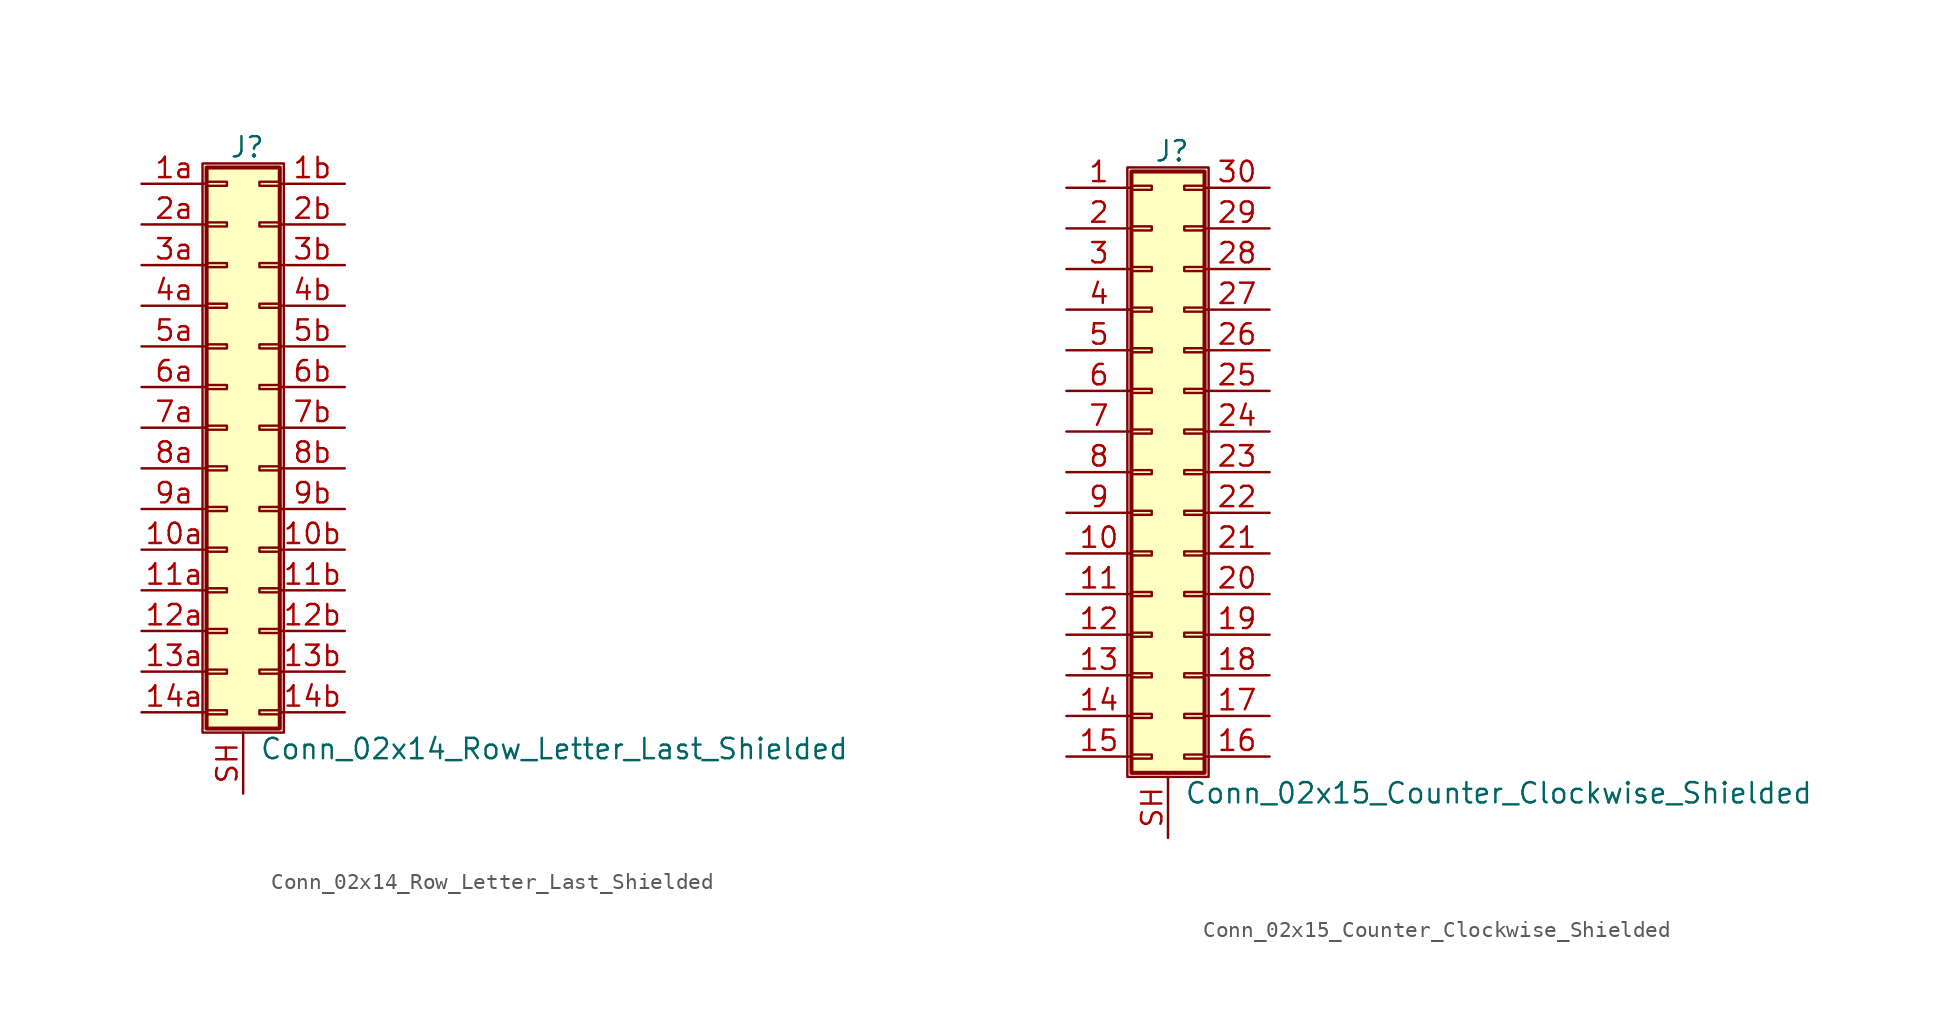
<source format=kicad_sym>
(kicad_symbol_lib
  (version 20211014)
  (generator kicad_symbol_editor)
  (symbol "Conn_02x14_Row_Letter_Last_Shielded"
    (pin_names
      (offset 1.016) hide)
    (property "Reference" "J"
      (at 1.524 17.526 0)
      (effects (font (size 1.27 1.27))))
    (property "Value" "Conn_02x14_Row_Letter_Last_Shielded"
      (at 2.286 -20.066 0)
      (effects (font (size 1.27 1.27)) (justify left)))
    (symbol "Conn_02x14_Row_Letter_Last_Shielded_1_1"
      (rectangle (start -1.27 16.51) (end 3.81 -19.05) (stroke (width 0.152) (type default) (color 0 0 0 0)) (fill (type none)))
      (rectangle (start -1.016 -17.653) (end 0.254 -17.907) (stroke (width 0.152) (type default) (color 0 0 0 0)) (fill (type none)))
      (rectangle (start -1.016 -15.113) (end 0.254 -15.367) (stroke (width 0.152) (type default) (color 0 0 0 0)) (fill (type none)))
      (rectangle (start -1.016 -12.573) (end 0.254 -12.827) (stroke (width 0.152) (type default) (color 0 0 0 0)) (fill (type none)))
      (rectangle (start -1.016 -10.033) (end 0.254 -10.287) (stroke (width 0.152) (type default) (color 0 0 0 0)) (fill (type none)))
      (rectangle (start -1.016 -7.493) (end 0.254 -7.747) (stroke (width 0.152) (type default) (color 0 0 0 0)) (fill (type none)))
      (rectangle (start -1.016 -4.953) (end 0.254 -5.207) (stroke (width 0.152) (type default) (color 0 0 0 0)) (fill (type none)))
      (rectangle (start -1.016 -2.413) (end 0.254 -2.667) (stroke (width 0.152) (type default) (color 0 0 0 0)) (fill (type none)))
      (rectangle (start -1.016 0.127) (end 0.254 -0.127) (stroke (width 0.152) (type default) (color 0 0 0 0)) (fill (type none)))
      (rectangle (start -1.016 2.667) (end 0.254 2.413) (stroke (width 0.152) (type default) (color 0 0 0 0)) (fill (type none)))
      (rectangle (start -1.016 5.207) (end 0.254 4.953) (stroke (width 0.152) (type default) (color 0 0 0 0)) (fill (type none)))
      (rectangle (start -1.016 7.747) (end 0.254 7.493) (stroke (width 0.152) (type default) (color 0 0 0 0)) (fill (type none)))
      (rectangle (start -1.016 10.287) (end 0.254 10.033) (stroke (width 0.152) (type default) (color 0 0 0 0)) (fill (type none)))
      (rectangle (start -1.016 12.827) (end 0.254 12.573) (stroke (width 0.152) (type default) (color 0 0 0 0)) (fill (type none)))
      (rectangle (start -1.016 15.367) (end 0.254 15.113) (stroke (width 0.152) (type default) (color 0 0 0 0)) (fill (type none)))
      (rectangle (start -1.016 16.256) (end 3.556 -18.796) (stroke (width 0.254) (type default) (color 0 0 0 0)) (fill (type background)))
      (rectangle (start 3.556 -17.653) (end 2.286 -17.907) (stroke (width 0.152) (type default) (color 0 0 0 0)) (fill (type none)))
      (rectangle (start 3.556 -15.113) (end 2.286 -15.367) (stroke (width 0.152) (type default) (color 0 0 0 0)) (fill (type none)))
      (rectangle (start 3.556 -12.573) (end 2.286 -12.827) (stroke (width 0.152) (type default) (color 0 0 0 0)) (fill (type none)))
      (rectangle (start 3.556 -10.033) (end 2.286 -10.287) (stroke (width 0.152) (type default) (color 0 0 0 0)) (fill (type none)))
      (rectangle (start 3.556 -7.493) (end 2.286 -7.747) (stroke (width 0.152) (type default) (color 0 0 0 0)) (fill (type none)))
      (rectangle (start 3.556 -4.953) (end 2.286 -5.207) (stroke (width 0.152) (type default) (color 0 0 0 0)) (fill (type none)))
      (rectangle (start 3.556 -2.413) (end 2.286 -2.667) (stroke (width 0.152) (type default) (color 0 0 0 0)) (fill (type none)))
      (rectangle (start 3.556 0.127) (end 2.286 -0.127) (stroke (width 0.152) (type default) (color 0 0 0 0)) (fill (type none)))
      (rectangle (start 3.556 2.667) (end 2.286 2.413) (stroke (width 0.152) (type default) (color 0 0 0 0)) (fill (type none)))
      (rectangle (start 3.556 5.207) (end 2.286 4.953) (stroke (width 0.152) (type default) (color 0 0 0 0)) (fill (type none)))
      (rectangle (start 3.556 7.747) (end 2.286 7.493) (stroke (width 0.152) (type default) (color 0 0 0 0)) (fill (type none)))
      (rectangle (start 3.556 10.287) (end 2.286 10.033) (stroke (width 0.152) (type default) (color 0 0 0 0)) (fill (type none)))
      (rectangle (start 3.556 12.827) (end 2.286 12.573) (stroke (width 0.152) (type default) (color 0 0 0 0)) (fill (type none)))
      (rectangle (start 3.556 15.367) (end 2.286 15.113) (stroke (width 0.152) (type default) (color 0 0 0 0)) (fill (type none)))
      (pin passive line (at -5.08 -7.62 0) (length 4.064) (name "Pin_10a" (effects (font (size 1.27 1.27)))) (number "10a" (effects (font (size 1.27 1.27)))))
      (pin passive line (at 7.62 -7.62 180) (length 4.064) (name "Pin_10b" (effects (font (size 1.27 1.27)))) (number "10b" (effects (font (size 1.27 1.27)))))
      (pin passive line (at -5.08 -10.16 0) (length 4.064) (name "Pin_11a" (effects (font (size 1.27 1.27)))) (number "11a" (effects (font (size 1.27 1.27)))))
      (pin passive line (at 7.62 -10.16 180) (length 4.064) (name "Pin_11b" (effects (font (size 1.27 1.27)))) (number "11b" (effects (font (size 1.27 1.27)))))
      (pin passive line (at -5.08 -12.7 0) (length 4.064) (name "Pin_12a" (effects (font (size 1.27 1.27)))) (number "12a" (effects (font (size 1.27 1.27)))))
      (pin passive line (at 7.62 -12.7 180) (length 4.064) (name "Pin_12b" (effects (font (size 1.27 1.27)))) (number "12b" (effects (font (size 1.27 1.27)))))
      (pin passive line (at -5.08 -15.24 0) (length 4.064) (name "Pin_13a" (effects (font (size 1.27 1.27)))) (number "13a" (effects (font (size 1.27 1.27)))))
      (pin passive line (at 7.62 -15.24 180) (length 4.064) (name "Pin_13b" (effects (font (size 1.27 1.27)))) (number "13b" (effects (font (size 1.27 1.27)))))
      (pin passive line (at -5.08 -17.78 0) (length 4.064) (name "Pin_14a" (effects (font (size 1.27 1.27)))) (number "14a" (effects (font (size 1.27 1.27)))))
      (pin passive line (at 7.62 -17.78 180) (length 4.064) (name "Pin_14b" (effects (font (size 1.27 1.27)))) (number "14b" (effects (font (size 1.27 1.27)))))
      (pin passive line (at -5.08 15.24 0) (length 4.064) (name "Pin_1a" (effects (font (size 1.27 1.27)))) (number "1a" (effects (font (size 1.27 1.27)))))
      (pin passive line (at 7.62 15.24 180) (length 4.064) (name "Pin_1b" (effects (font (size 1.27 1.27)))) (number "1b" (effects (font (size 1.27 1.27)))))
      (pin passive line (at -5.08 12.7 0) (length 4.064) (name "Pin_2a" (effects (font (size 1.27 1.27)))) (number "2a" (effects (font (size 1.27 1.27)))))
      (pin passive line (at 7.62 12.7 180) (length 4.064) (name "Pin_2b" (effects (font (size 1.27 1.27)))) (number "2b" (effects (font (size 1.27 1.27)))))
      (pin passive line (at -5.08 10.16 0) (length 4.064) (name "Pin_3a" (effects (font (size 1.27 1.27)))) (number "3a" (effects (font (size 1.27 1.27)))))
      (pin passive line (at 7.62 10.16 180) (length 4.064) (name "Pin_3b" (effects (font (size 1.27 1.27)))) (number "3b" (effects (font (size 1.27 1.27)))))
      (pin passive line (at -5.08 7.62 0) (length 4.064) (name "Pin_4a" (effects (font (size 1.27 1.27)))) (number "4a" (effects (font (size 1.27 1.27)))))
      (pin passive line (at 7.62 7.62 180) (length 4.064) (name "Pin_4b" (effects (font (size 1.27 1.27)))) (number "4b" (effects (font (size 1.27 1.27)))))
      (pin passive line (at -5.08 5.08 0) (length 4.064) (name "Pin_5a" (effects (font (size 1.27 1.27)))) (number "5a" (effects (font (size 1.27 1.27)))))
      (pin passive line (at 7.62 5.08 180) (length 4.064) (name "Pin_5b" (effects (font (size 1.27 1.27)))) (number "5b" (effects (font (size 1.27 1.27)))))
      (pin passive line (at -5.08 2.54 0) (length 4.064) (name "Pin_6a" (effects (font (size 1.27 1.27)))) (number "6a" (effects (font (size 1.27 1.27)))))
      (pin passive line (at 7.62 2.54 180) (length 4.064) (name "Pin_6b" (effects (font (size 1.27 1.27)))) (number "6b" (effects (font (size 1.27 1.27)))))
      (pin passive line (at -5.08 0 0) (length 4.064) (name "Pin_7a" (effects (font (size 1.27 1.27)))) (number "7a" (effects (font (size 1.27 1.27)))))
      (pin passive line (at 7.62 0 180) (length 4.064) (name "Pin_7b" (effects (font (size 1.27 1.27)))) (number "7b" (effects (font (size 1.27 1.27)))))
      (pin passive line (at -5.08 -2.54 0) (length 4.064) (name "Pin_8a" (effects (font (size 1.27 1.27)))) (number "8a" (effects (font (size 1.27 1.27)))))
      (pin passive line (at 7.62 -2.54 180) (length 4.064) (name "Pin_8b" (effects (font (size 1.27 1.27)))) (number "8b" (effects (font (size 1.27 1.27)))))
      (pin passive line (at -5.08 -5.08 0) (length 4.064) (name "Pin_9a" (effects (font (size 1.27 1.27)))) (number "9a" (effects (font (size 1.27 1.27)))))
      (pin passive line (at 7.62 -5.08 180) (length 4.064) (name "Pin_9b" (effects (font (size 1.27 1.27)))) (number "9b" (effects (font (size 1.27 1.27)))))
      (pin passive line (at 1.27 -22.86 90) (length 3.81) (name "Shield" (effects (font (size 1.27 1.27)))) (number "SH" (effects (font (size 1.27 1.27)))))))
  (symbol "Conn_02x15_Counter_Clockwise_Shielded"
    (pin_names
      (offset 1.016) hide)
    (property "Reference" "J"
      (at 1.524 20.066 0)
      (effects (font (size 1.27 1.27))))
    (property "Value" "Conn_02x15_Counter_Clockwise_Shielded"
      (at 2.286 -20.066 0)
      (effects (font (size 1.27 1.27)) (justify left)))
    (symbol "Conn_02x15_Counter_Clockwise_Shielded_1_1"
      (rectangle (start -1.27 19.05) (end 3.81 -19.05) (stroke (width 0.152) (type default) (color 0 0 0 0)) (fill (type none)))
      (rectangle (start -1.016 -17.653) (end 0.254 -17.907) (stroke (width 0.152) (type default) (color 0 0 0 0)) (fill (type none)))
      (rectangle (start -1.016 -15.113) (end 0.254 -15.367) (stroke (width 0.152) (type default) (color 0 0 0 0)) (fill (type none)))
      (rectangle (start -1.016 -12.573) (end 0.254 -12.827) (stroke (width 0.152) (type default) (color 0 0 0 0)) (fill (type none)))
      (rectangle (start -1.016 -10.033) (end 0.254 -10.287) (stroke (width 0.152) (type default) (color 0 0 0 0)) (fill (type none)))
      (rectangle (start -1.016 -7.493) (end 0.254 -7.747) (stroke (width 0.152) (type default) (color 0 0 0 0)) (fill (type none)))
      (rectangle (start -1.016 -4.953) (end 0.254 -5.207) (stroke (width 0.152) (type default) (color 0 0 0 0)) (fill (type none)))
      (rectangle (start -1.016 -2.413) (end 0.254 -2.667) (stroke (width 0.152) (type default) (color 0 0 0 0)) (fill (type none)))
      (rectangle (start -1.016 0.127) (end 0.254 -0.127) (stroke (width 0.152) (type default) (color 0 0 0 0)) (fill (type none)))
      (rectangle (start -1.016 2.667) (end 0.254 2.413) (stroke (width 0.152) (type default) (color 0 0 0 0)) (fill (type none)))
      (rectangle (start -1.016 5.207) (end 0.254 4.953) (stroke (width 0.152) (type default) (color 0 0 0 0)) (fill (type none)))
      (rectangle (start -1.016 7.747) (end 0.254 7.493) (stroke (width 0.152) (type default) (color 0 0 0 0)) (fill (type none)))
      (rectangle (start -1.016 10.287) (end 0.254 10.033) (stroke (width 0.152) (type default) (color 0 0 0 0)) (fill (type none)))
      (rectangle (start -1.016 12.827) (end 0.254 12.573) (stroke (width 0.152) (type default) (color 0 0 0 0)) (fill (type none)))
      (rectangle (start -1.016 15.367) (end 0.254 15.113) (stroke (width 0.152) (type default) (color 0 0 0 0)) (fill (type none)))
      (rectangle (start -1.016 17.907) (end 0.254 17.653) (stroke (width 0.152) (type default) (color 0 0 0 0)) (fill (type none)))
      (rectangle (start -1.016 18.796) (end 3.556 -18.796) (stroke (width 0.254) (type default) (color 0 0 0 0)) (fill (type background)))
      (rectangle (start 3.556 -17.653) (end 2.286 -17.907) (stroke (width 0.152) (type default) (color 0 0 0 0)) (fill (type none)))
      (rectangle (start 3.556 -15.113) (end 2.286 -15.367) (stroke (width 0.152) (type default) (color 0 0 0 0)) (fill (type none)))
      (rectangle (start 3.556 -12.573) (end 2.286 -12.827) (stroke (width 0.152) (type default) (color 0 0 0 0)) (fill (type none)))
      (rectangle (start 3.556 -10.033) (end 2.286 -10.287) (stroke (width 0.152) (type default) (color 0 0 0 0)) (fill (type none)))
      (rectangle (start 3.556 -7.493) (end 2.286 -7.747) (stroke (width 0.152) (type default) (color 0 0 0 0)) (fill (type none)))
      (rectangle (start 3.556 -4.953) (end 2.286 -5.207) (stroke (width 0.152) (type default) (color 0 0 0 0)) (fill (type none)))
      (rectangle (start 3.556 -2.413) (end 2.286 -2.667) (stroke (width 0.152) (type default) (color 0 0 0 0)) (fill (type none)))
      (rectangle (start 3.556 0.127) (end 2.286 -0.127) (stroke (width 0.152) (type default) (color 0 0 0 0)) (fill (type none)))
      (rectangle (start 3.556 2.667) (end 2.286 2.413) (stroke (width 0.152) (type default) (color 0 0 0 0)) (fill (type none)))
      (rectangle (start 3.556 5.207) (end 2.286 4.953) (stroke (width 0.152) (type default) (color 0 0 0 0)) (fill (type none)))
      (rectangle (start 3.556 7.747) (end 2.286 7.493) (stroke (width 0.152) (type default) (color 0 0 0 0)) (fill (type none)))
      (rectangle (start 3.556 10.287) (end 2.286 10.033) (stroke (width 0.152) (type default) (color 0 0 0 0)) (fill (type none)))
      (rectangle (start 3.556 12.827) (end 2.286 12.573) (stroke (width 0.152) (type default) (color 0 0 0 0)) (fill (type none)))
      (rectangle (start 3.556 15.367) (end 2.286 15.113) (stroke (width 0.152) (type default) (color 0 0 0 0)) (fill (type none)))
      (rectangle (start 3.556 17.907) (end 2.286 17.653) (stroke (width 0.152) (type default) (color 0 0 0 0)) (fill (type none)))
      (pin passive line (at -5.08 17.78 0) (length 4.064) (name "Pin_1" (effects (font (size 1.27 1.27)))) (number "1" (effects (font (size 1.27 1.27)))))
      (pin passive line (at -5.08 -5.08 0) (length 4.064) (name "Pin_10" (effects (font (size 1.27 1.27)))) (number "10" (effects (font (size 1.27 1.27)))))
      (pin passive line (at -5.08 -7.62 0) (length 4.064) (name "Pin_11" (effects (font (size 1.27 1.27)))) (number "11" (effects (font (size 1.27 1.27)))))
      (pin passive line (at -5.08 -10.16 0) (length 4.064) (name "Pin_12" (effects (font (size 1.27 1.27)))) (number "12" (effects (font (size 1.27 1.27)))))
      (pin passive line (at -5.08 -12.7 0) (length 4.064) (name "Pin_13" (effects (font (size 1.27 1.27)))) (number "13" (effects (font (size 1.27 1.27)))))
      (pin passive line (at -5.08 -15.24 0) (length 4.064) (name "Pin_14" (effects (font (size 1.27 1.27)))) (number "14" (effects (font (size 1.27 1.27)))))
      (pin passive line (at -5.08 -17.78 0) (length 4.064) (name "Pin_15" (effects (font (size 1.27 1.27)))) (number "15" (effects (font (size 1.27 1.27)))))
      (pin passive line (at 7.62 -17.78 180) (length 4.064) (name "Pin_16" (effects (font (size 1.27 1.27)))) (number "16" (effects (font (size 1.27 1.27)))))
      (pin passive line (at 7.62 -15.24 180) (length 4.064) (name "Pin_17" (effects (font (size 1.27 1.27)))) (number "17" (effects (font (size 1.27 1.27)))))
      (pin passive line (at 7.62 -12.7 180) (length 4.064) (name "Pin_18" (effects (font (size 1.27 1.27)))) (number "18" (effects (font (size 1.27 1.27)))))
      (pin passive line (at 7.62 -10.16 180) (length 4.064) (name "Pin_19" (effects (font (size 1.27 1.27)))) (number "19" (effects (font (size 1.27 1.27)))))
      (pin passive line (at -5.08 15.24 0) (length 4.064) (name "Pin_2" (effects (font (size 1.27 1.27)))) (number "2" (effects (font (size 1.27 1.27)))))
      (pin passive line (at 7.62 -7.62 180) (length 4.064) (name "Pin_20" (effects (font (size 1.27 1.27)))) (number "20" (effects (font (size 1.27 1.27)))))
      (pin passive line (at 7.62 -5.08 180) (length 4.064) (name "Pin_21" (effects (font (size 1.27 1.27)))) (number "21" (effects (font (size 1.27 1.27)))))
      (pin passive line (at 7.62 -2.54 180) (length 4.064) (name "Pin_22" (effects (font (size 1.27 1.27)))) (number "22" (effects (font (size 1.27 1.27)))))
      (pin passive line (at 7.62 0 180) (length 4.064) (name "Pin_23" (effects (font (size 1.27 1.27)))) (number "23" (effects (font (size 1.27 1.27)))))
      (pin passive line (at 7.62 2.54 180) (length 4.064) (name "Pin_24" (effects (font (size 1.27 1.27)))) (number "24" (effects (font (size 1.27 1.27)))))
      (pin passive line (at 7.62 5.08 180) (length 4.064) (name "Pin_25" (effects (font (size 1.27 1.27)))) (number "25" (effects (font (size 1.27 1.27)))))
      (pin passive line (at 7.62 7.62 180) (length 4.064) (name "Pin_26" (effects (font (size 1.27 1.27)))) (number "26" (effects (font (size 1.27 1.27)))))
      (pin passive line (at 7.62 10.16 180) (length 4.064) (name "Pin_27" (effects (font (size 1.27 1.27)))) (number "27" (effects (font (size 1.27 1.27)))))
      (pin passive line (at 7.62 12.7 180) (length 4.064) (name "Pin_28" (effects (font (size 1.27 1.27)))) (number "28" (effects (font (size 1.27 1.27)))))
      (pin passive line (at 7.62 15.24 180) (length 4.064) (name "Pin_29" (effects (font (size 1.27 1.27)))) (number "29" (effects (font (size 1.27 1.27)))))
      (pin passive line (at -5.08 12.7 0) (length 4.064) (name "Pin_3" (effects (font (size 1.27 1.27)))) (number "3" (effects (font (size 1.27 1.27)))))
      (pin passive line (at 7.62 17.78 180) (length 4.064) (name "Pin_30" (effects (font (size 1.27 1.27)))) (number "30" (effects (font (size 1.27 1.27)))))
      (pin passive line (at -5.08 10.16 0) (length 4.064) (name "Pin_4" (effects (font (size 1.27 1.27)))) (number "4" (effects (font (size 1.27 1.27)))))
      (pin passive line (at -5.08 7.62 0) (length 4.064) (name "Pin_5" (effects (font (size 1.27 1.27)))) (number "5" (effects (font (size 1.27 1.27)))))
      (pin passive line (at -5.08 5.08 0) (length 4.064) (name "Pin_6" (effects (font (size 1.27 1.27)))) (number "6" (effects (font (size 1.27 1.27)))))
      (pin passive line (at -5.08 2.54 0) (length 4.064) (name "Pin_7" (effects (font (size 1.27 1.27)))) (number "7" (effects (font (size 1.27 1.27)))))
      (pin passive line (at -5.08 0 0) (length 4.064) (name "Pin_8" (effects (font (size 1.27 1.27)))) (number "8" (effects (font (size 1.27 1.27)))))
      (pin passive line (at -5.08 -2.54 0) (length 4.064) (name "Pin_9" (effects (font (size 1.27 1.27)))) (number "9" (effects (font (size 1.27 1.27)))))
      (pin passive line (at 1.27 -22.86 90) (length 3.81) (name "Shield" (effects (font (size 1.27 1.27)))) (number "SH" (effects (font (size 1.27 1.27))))))))
</source>
